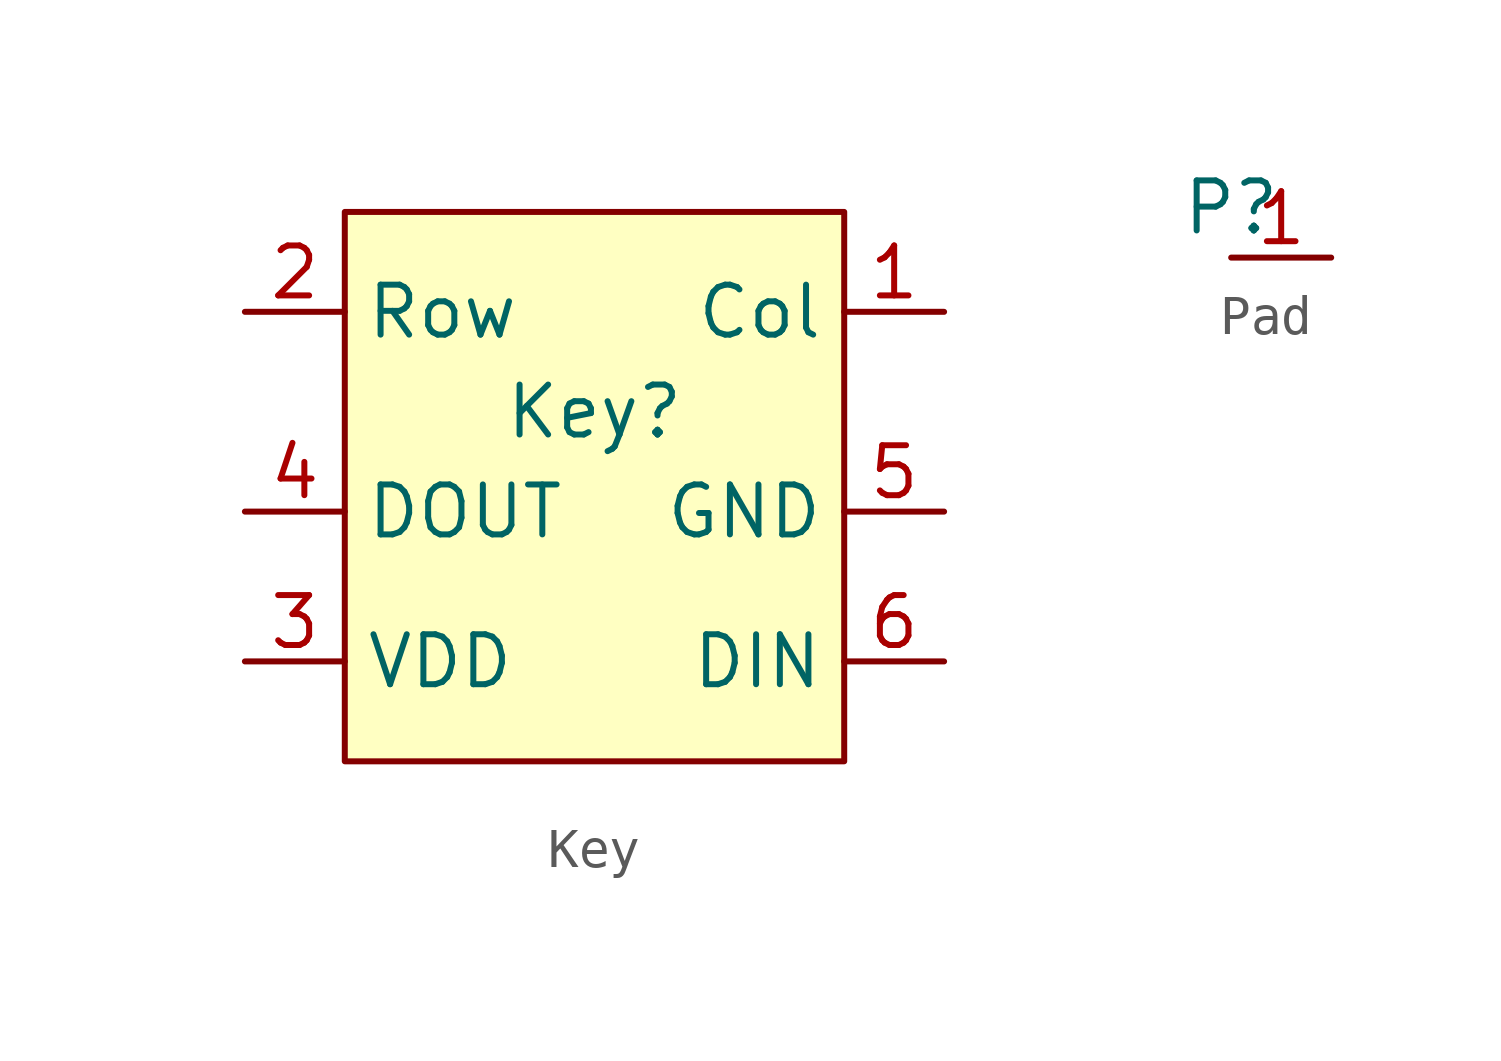
<source format=kicad_sym>
(kicad_symbol_lib
  (version 20220914)
  (generator kicad_symbol_editor)
  (symbol "Key"
    (property "Reference" "Key"
      (at 0 0 0)
      (effects (font (size 1.27 1.27))))
    (property "Value" ""
      (at 0 0 0)
      (effects (font (size 1.27 1.27))))
    (symbol "Key_1_1"
      (rectangle (start -6.35 5.08) (end 6.35 -8.89) (stroke (width 0) (type default)) (fill (type background)))
      (pin input line (at 8.89 2.54 180) (length 2.54) (name "Col" (effects (font (size 1.27 1.27)))) (number "1" (effects (font (size 1.27 1.27)))))
      (pin input line (at -8.89 2.54 0) (length 2.54) (name "Row" (effects (font (size 1.27 1.27)))) (number "2" (effects (font (size 1.27 1.27)))))
      (pin input line (at -8.89 -6.35 0) (length 2.54) (name "VDD" (effects (font (size 1.27 1.27)))) (number "3" (effects (font (size 1.27 1.27)))))
      (pin output line (at -8.89 -2.54 0) (length 2.54) (name "DOUT" (effects (font (size 1.27 1.27)))) (number "4" (effects (font (size 1.27 1.27)))))
      (pin output line (at 8.89 -2.54 180) (length 2.54) (name "GND" (effects (font (size 1.27 1.27)))) (number "5" (effects (font (size 1.27 1.27)))))
      (pin input line (at 8.89 -6.35 180) (length 2.54) (name "DIN" (effects (font (size 1.27 1.27)))) (number "6" (effects (font (size 1.27 1.27)))))))
  (symbol "Pad"
    (property "Reference" "P"
      (at 0 1.27 0)
      (effects (font (size 1.27 1.27))))
    (property "Value" ""
      (at 0 0 0)
      (effects (font (size 1.27 1.27))))
    (symbol "Pad_1_1"
      (pin input line (at 0 0 0) (length 2.54) (name "" (effects (font (size 1.27 1.27)))) (number "1" (effects (font (size 1.27 1.27))))))))
</source>
